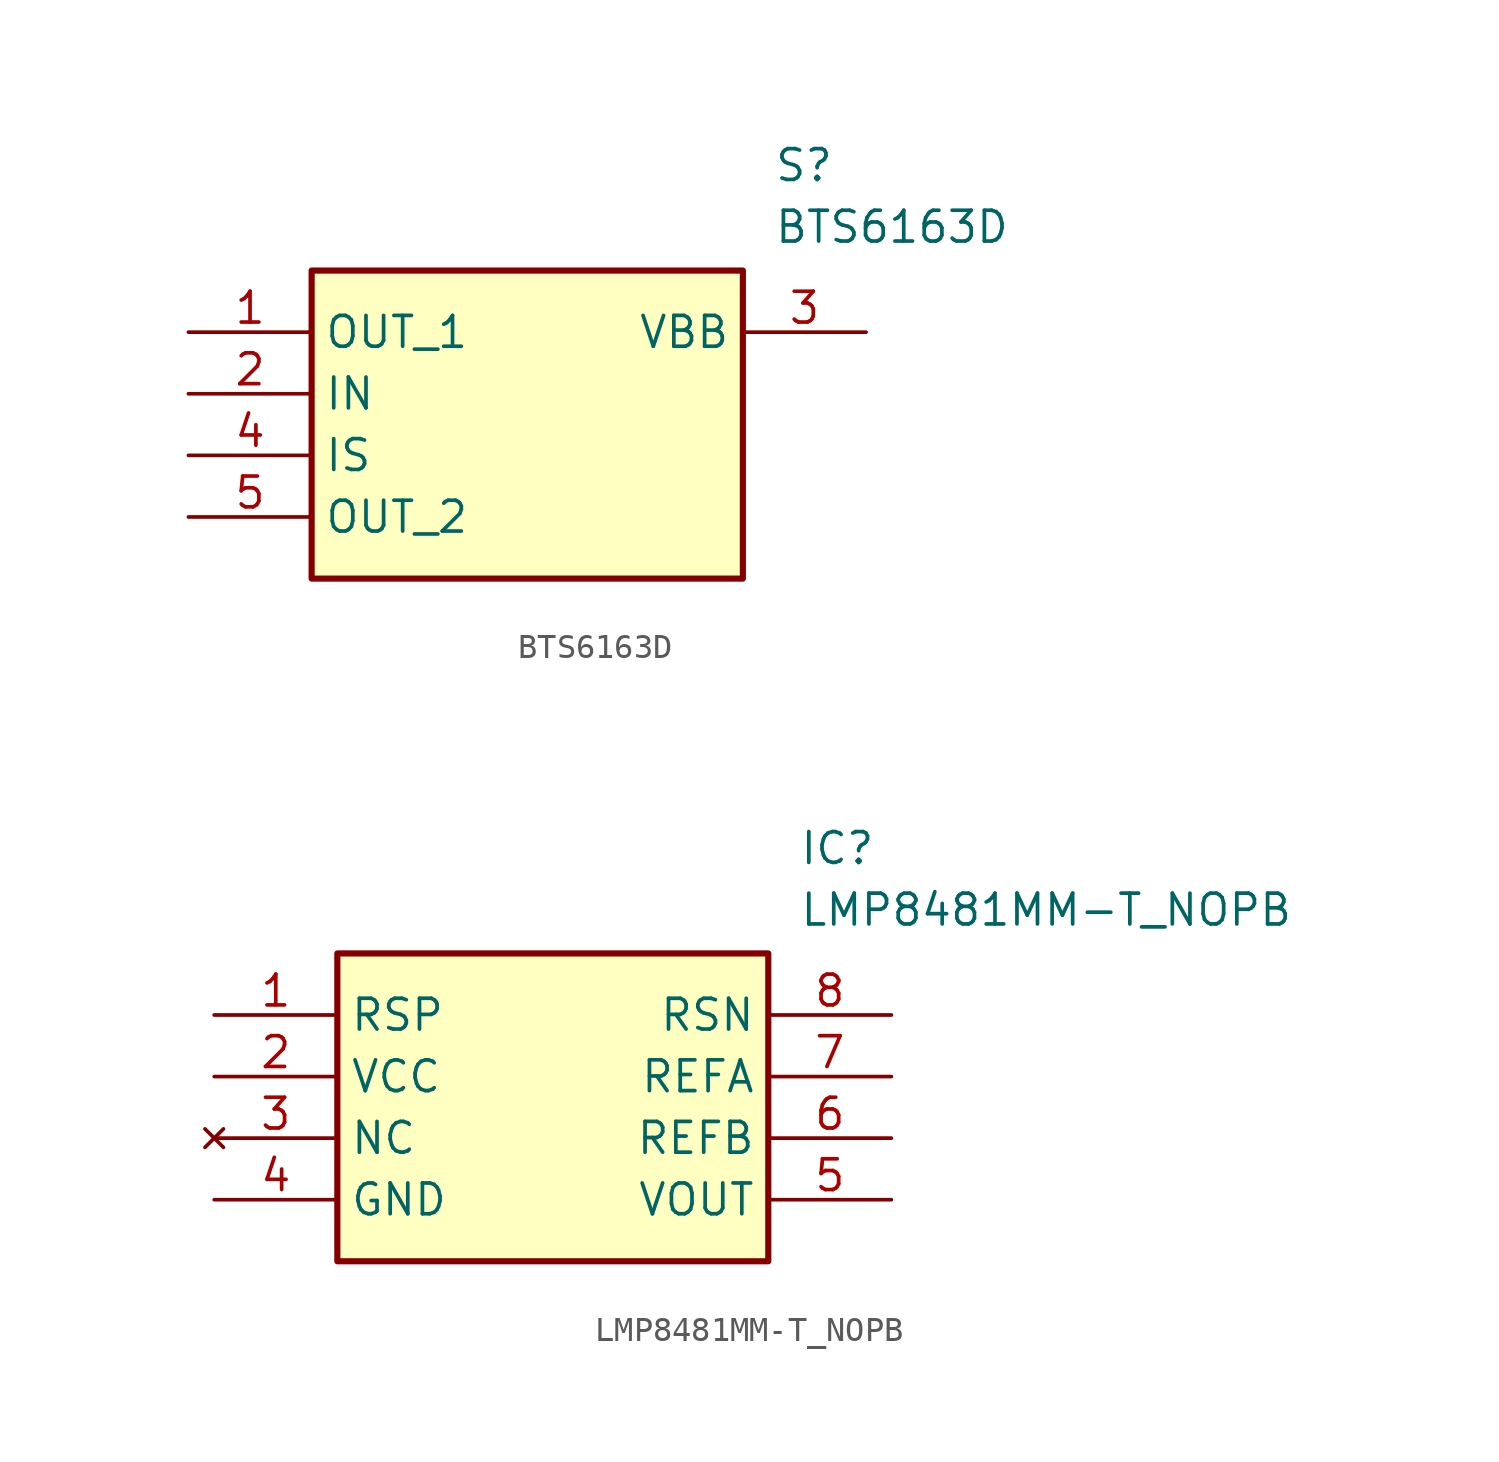
<source format=kicad_sym>
(kicad_symbol_lib
  (version 20220914)
  (generator SamacSys_ECAD_Model)
  (symbol "BTS6163D"
    (property "Reference" "S"
      (at 24.13 7.62 0)
      (effects (font (size 1.27 1.27)) (justify left top)))
    (property "Value" "BTS6163D"
      (at 24.13 5.08 0)
      (effects (font (size 1.27 1.27)) (justify left top)))
    (rectangle
      (start 5.08 2.54)
      (end 22.86 -10.16)
      (stroke (width 0.254) (type default))
      (fill (type background)))
    (pin passive line
      (at 0 0 0)
      (length 5.08)
      (name "OUT_1" (effects (font (size 1.27 1.27))))
      (number "1" (effects (font (size 1.27 1.27)))))
    (pin passive line
      (at 0 -2.54 0)
      (length 5.08)
      (name "IN" (effects (font (size 1.27 1.27))))
      (number "2" (effects (font (size 1.27 1.27)))))
    (pin passive line
      (at 27.94 0 180)
      (length 5.08)
      (name "VBB" (effects (font (size 1.27 1.27))))
      (number "3" (effects (font (size 1.27 1.27)))))
    (pin passive line
      (at 0 -5.08 0)
      (length 5.08)
      (name "IS" (effects (font (size 1.27 1.27))))
      (number "4" (effects (font (size 1.27 1.27)))))
    (pin passive line
      (at 0 -7.62 0)
      (length 5.08)
      (name "OUT_2" (effects (font (size 1.27 1.27))))
      (number "5" (effects (font (size 1.27 1.27))))))
  (symbol "LMP8481MM-T_NOPB"
    (property "Reference" "IC"
      (at 24.13 7.62 0)
      (effects (font (size 1.27 1.27)) (justify left top)))
    (property "Value" "LMP8481MM-T_NOPB"
      (at 24.13 5.08 0)
      (effects (font (size 1.27 1.27)) (justify left top)))
    (rectangle
      (start 5.08 2.54)
      (end 22.86 -10.16)
      (stroke (width 0.254) (type default))
      (fill (type background)))
    (pin passive line
      (at 0 0 0)
      (length 5.08)
      (name "RSP" (effects (font (size 1.27 1.27))))
      (number "1" (effects (font (size 1.27 1.27)))))
    (pin passive line
      (at 0 -2.54 0)
      (length 5.08)
      (name "VCC" (effects (font (size 1.27 1.27))))
      (number "2" (effects (font (size 1.27 1.27)))))
    (pin no_connect line
      (at 0 -5.08 0)
      (length 5.08)
      (name "NC" (effects (font (size 1.27 1.27))))
      (number "3" (effects (font (size 1.27 1.27)))))
    (pin passive line
      (at 0 -7.62 0)
      (length 5.08)
      (name "GND" (effects (font (size 1.27 1.27))))
      (number "4" (effects (font (size 1.27 1.27)))))
    (pin passive line
      (at 27.94 0 180)
      (length 5.08)
      (name "RSN" (effects (font (size 1.27 1.27))))
      (number "8" (effects (font (size 1.27 1.27)))))
    (pin passive line
      (at 27.94 -2.54 180)
      (length 5.08)
      (name "REFA" (effects (font (size 1.27 1.27))))
      (number "7" (effects (font (size 1.27 1.27)))))
    (pin passive line
      (at 27.94 -5.08 180)
      (length 5.08)
      (name "REFB" (effects (font (size 1.27 1.27))))
      (number "6" (effects (font (size 1.27 1.27)))))
    (pin passive line
      (at 27.94 -7.62 180)
      (length 5.08)
      (name "VOUT" (effects (font (size 1.27 1.27))))
      (number "5" (effects (font (size 1.27 1.27)))))))
</source>
